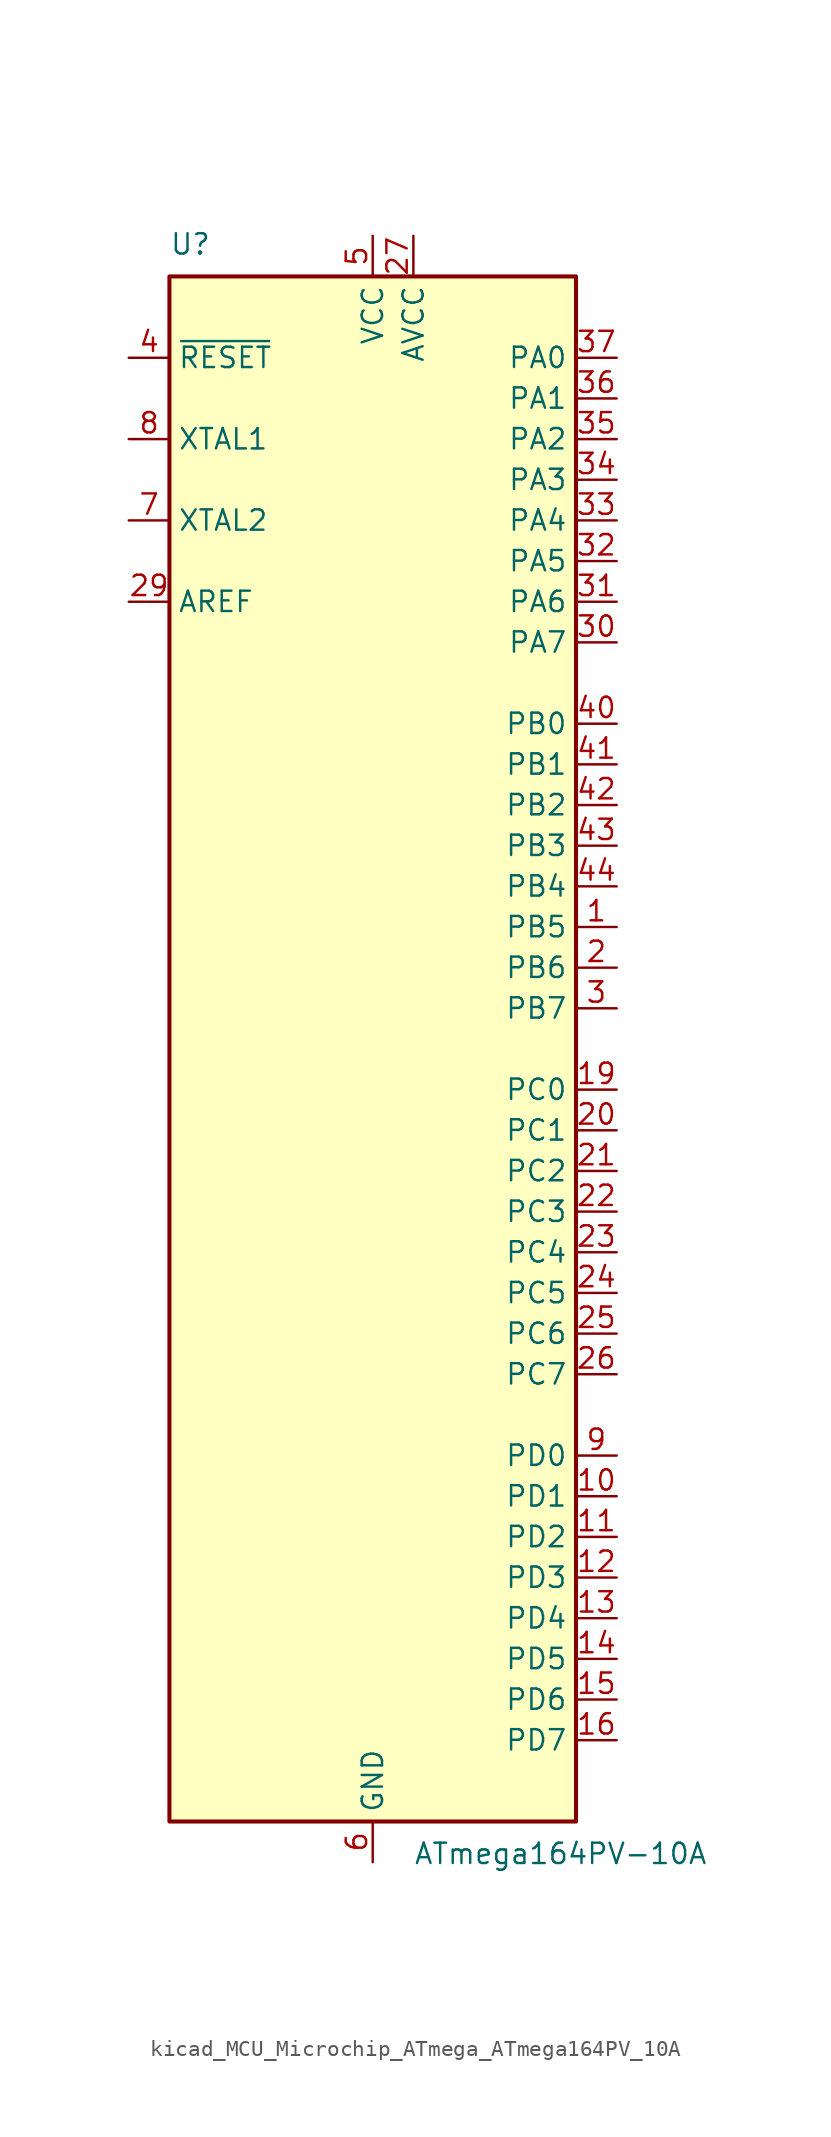
<source format=kicad_sym>
(kicad_symbol_lib
  (version 20220914)
  (generator kicad_symbol_editor)
  (symbol "kicad_MCU_Microchip_ATmega_ATmega164PV_10A"
    (property "Reference" "U"
      (at -12.7 49.53 0)
      (effects (font (size 1.27 1.27)) (justify left bottom)))
    (property "Value" "ATmega164PV-10A"
      (at 2.54 -49.53 0)
      (effects (font (size 1.27 1.27)) (justify left top)))
    (symbol "kicad_MCU_Microchip_ATmega_ATmega164PV_10A_0_1"
      (rectangle (start -12.7 -48.26) (end 12.7 48.26) (stroke (width 0.254) (type default)) (fill (type background))))
    (symbol "kicad_MCU_Microchip_ATmega_ATmega164PV_10A_1_1"
      (pin bidirectional line (at 15.24 7.62 180) (length 2.54) (name "PB5" (effects (font (size 1.27 1.27)))) (number "1" (effects (font (size 1.27 1.27)))))
      (pin bidirectional line (at 15.24 -27.94 180) (length 2.54) (name "PD1" (effects (font (size 1.27 1.27)))) (number "10" (effects (font (size 1.27 1.27)))))
      (pin bidirectional line (at 15.24 -30.48 180) (length 2.54) (name "PD2" (effects (font (size 1.27 1.27)))) (number "11" (effects (font (size 1.27 1.27)))))
      (pin bidirectional line (at 15.24 -33.02 180) (length 2.54) (name "PD3" (effects (font (size 1.27 1.27)))) (number "12" (effects (font (size 1.27 1.27)))))
      (pin bidirectional line (at 15.24 -35.56 180) (length 2.54) (name "PD4" (effects (font (size 1.27 1.27)))) (number "13" (effects (font (size 1.27 1.27)))))
      (pin bidirectional line (at 15.24 -38.1 180) (length 2.54) (name "PD5" (effects (font (size 1.27 1.27)))) (number "14" (effects (font (size 1.27 1.27)))))
      (pin bidirectional line (at 15.24 -40.64 180) (length 2.54) (name "PD6" (effects (font (size 1.27 1.27)))) (number "15" (effects (font (size 1.27 1.27)))))
      (pin bidirectional line (at 15.24 -43.18 180) (length 2.54) (name "PD7" (effects (font (size 1.27 1.27)))) (number "16" (effects (font (size 1.27 1.27)))))
      (pin passive line (at 0 50.8 270) (length 2.54) hide (name "VCC" (effects (font (size 1.27 1.27)))) (number "17" (effects (font (size 1.27 1.27)))))
      (pin passive line (at 0 -50.8 90) (length 2.54) hide (name "GND" (effects (font (size 1.27 1.27)))) (number "18" (effects (font (size 1.27 1.27)))))
      (pin bidirectional line (at 15.24 -2.54 180) (length 2.54) (name "PC0" (effects (font (size 1.27 1.27)))) (number "19" (effects (font (size 1.27 1.27)))))
      (pin bidirectional line (at 15.24 5.08 180) (length 2.54) (name "PB6" (effects (font (size 1.27 1.27)))) (number "2" (effects (font (size 1.27 1.27)))))
      (pin bidirectional line (at 15.24 -5.08 180) (length 2.54) (name "PC1" (effects (font (size 1.27 1.27)))) (number "20" (effects (font (size 1.27 1.27)))))
      (pin bidirectional line (at 15.24 -7.62 180) (length 2.54) (name "PC2" (effects (font (size 1.27 1.27)))) (number "21" (effects (font (size 1.27 1.27)))))
      (pin bidirectional line (at 15.24 -10.16 180) (length 2.54) (name "PC3" (effects (font (size 1.27 1.27)))) (number "22" (effects (font (size 1.27 1.27)))))
      (pin bidirectional line (at 15.24 -12.7 180) (length 2.54) (name "PC4" (effects (font (size 1.27 1.27)))) (number "23" (effects (font (size 1.27 1.27)))))
      (pin bidirectional line (at 15.24 -15.24 180) (length 2.54) (name "PC5" (effects (font (size 1.27 1.27)))) (number "24" (effects (font (size 1.27 1.27)))))
      (pin bidirectional line (at 15.24 -17.78 180) (length 2.54) (name "PC6" (effects (font (size 1.27 1.27)))) (number "25" (effects (font (size 1.27 1.27)))))
      (pin bidirectional line (at 15.24 -20.32 180) (length 2.54) (name "PC7" (effects (font (size 1.27 1.27)))) (number "26" (effects (font (size 1.27 1.27)))))
      (pin power_in line (at 2.54 50.8 270) (length 2.54) (name "AVCC" (effects (font (size 1.27 1.27)))) (number "27" (effects (font (size 1.27 1.27)))))
      (pin passive line (at 0 -50.8 90) (length 2.54) hide (name "GND" (effects (font (size 1.27 1.27)))) (number "28" (effects (font (size 1.27 1.27)))))
      (pin passive line (at -15.24 27.94 0) (length 2.54) (name "AREF" (effects (font (size 1.27 1.27)))) (number "29" (effects (font (size 1.27 1.27)))))
      (pin bidirectional line (at 15.24 2.54 180) (length 2.54) (name "PB7" (effects (font (size 1.27 1.27)))) (number "3" (effects (font (size 1.27 1.27)))))
      (pin bidirectional line (at 15.24 25.4 180) (length 2.54) (name "PA7" (effects (font (size 1.27 1.27)))) (number "30" (effects (font (size 1.27 1.27)))))
      (pin bidirectional line (at 15.24 27.94 180) (length 2.54) (name "PA6" (effects (font (size 1.27 1.27)))) (number "31" (effects (font (size 1.27 1.27)))))
      (pin bidirectional line (at 15.24 30.48 180) (length 2.54) (name "PA5" (effects (font (size 1.27 1.27)))) (number "32" (effects (font (size 1.27 1.27)))))
      (pin bidirectional line (at 15.24 33.02 180) (length 2.54) (name "PA4" (effects (font (size 1.27 1.27)))) (number "33" (effects (font (size 1.27 1.27)))))
      (pin bidirectional line (at 15.24 35.56 180) (length 2.54) (name "PA3" (effects (font (size 1.27 1.27)))) (number "34" (effects (font (size 1.27 1.27)))))
      (pin bidirectional line (at 15.24 38.1 180) (length 2.54) (name "PA2" (effects (font (size 1.27 1.27)))) (number "35" (effects (font (size 1.27 1.27)))))
      (pin bidirectional line (at 15.24 40.64 180) (length 2.54) (name "PA1" (effects (font (size 1.27 1.27)))) (number "36" (effects (font (size 1.27 1.27)))))
      (pin bidirectional line (at 15.24 43.18 180) (length 2.54) (name "PA0" (effects (font (size 1.27 1.27)))) (number "37" (effects (font (size 1.27 1.27)))))
      (pin passive line (at 0 50.8 270) (length 2.54) hide (name "VCC" (effects (font (size 1.27 1.27)))) (number "38" (effects (font (size 1.27 1.27)))))
      (pin passive line (at 0 -50.8 90) (length 2.54) hide (name "GND" (effects (font (size 1.27 1.27)))) (number "39" (effects (font (size 1.27 1.27)))))
      (pin input line (at -15.24 43.18 0) (length 2.54) (name "~{RESET}" (effects (font (size 1.27 1.27)))) (number "4" (effects (font (size 1.27 1.27)))))
      (pin bidirectional line (at 15.24 20.32 180) (length 2.54) (name "PB0" (effects (font (size 1.27 1.27)))) (number "40" (effects (font (size 1.27 1.27)))))
      (pin bidirectional line (at 15.24 17.78 180) (length 2.54) (name "PB1" (effects (font (size 1.27 1.27)))) (number "41" (effects (font (size 1.27 1.27)))))
      (pin bidirectional line (at 15.24 15.24 180) (length 2.54) (name "PB2" (effects (font (size 1.27 1.27)))) (number "42" (effects (font (size 1.27 1.27)))))
      (pin bidirectional line (at 15.24 12.7 180) (length 2.54) (name "PB3" (effects (font (size 1.27 1.27)))) (number "43" (effects (font (size 1.27 1.27)))))
      (pin bidirectional line (at 15.24 10.16 180) (length 2.54) (name "PB4" (effects (font (size 1.27 1.27)))) (number "44" (effects (font (size 1.27 1.27)))))
      (pin power_in line (at 0 50.8 270) (length 2.54) (name "VCC" (effects (font (size 1.27 1.27)))) (number "5" (effects (font (size 1.27 1.27)))))
      (pin power_in line (at 0 -50.8 90) (length 2.54) (name "GND" (effects (font (size 1.27 1.27)))) (number "6" (effects (font (size 1.27 1.27)))))
      (pin output line (at -15.24 33.02 0) (length 2.54) (name "XTAL2" (effects (font (size 1.27 1.27)))) (number "7" (effects (font (size 1.27 1.27)))))
      (pin input line (at -15.24 38.1 0) (length 2.54) (name "XTAL1" (effects (font (size 1.27 1.27)))) (number "8" (effects (font (size 1.27 1.27)))))
      (pin bidirectional line (at 15.24 -25.4 180) (length 2.54) (name "PD0" (effects (font (size 1.27 1.27)))) (number "9" (effects (font (size 1.27 1.27))))))))
</source>
